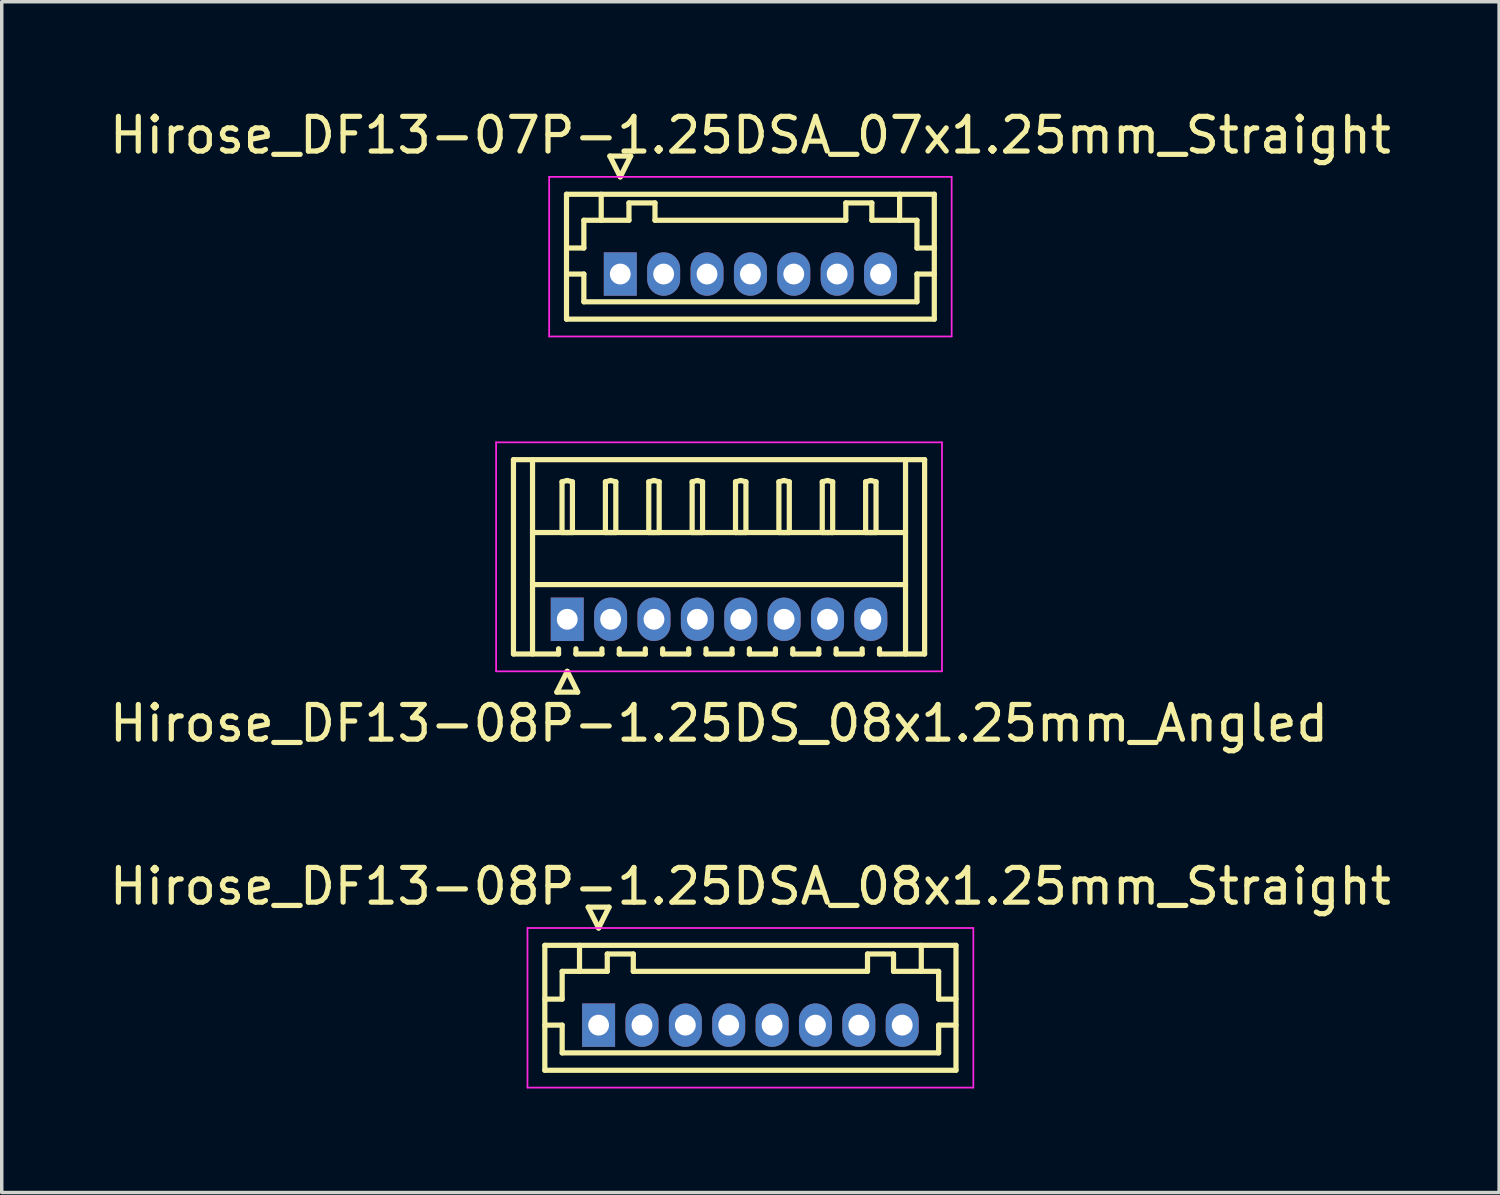
<source format=kicad_pcb>
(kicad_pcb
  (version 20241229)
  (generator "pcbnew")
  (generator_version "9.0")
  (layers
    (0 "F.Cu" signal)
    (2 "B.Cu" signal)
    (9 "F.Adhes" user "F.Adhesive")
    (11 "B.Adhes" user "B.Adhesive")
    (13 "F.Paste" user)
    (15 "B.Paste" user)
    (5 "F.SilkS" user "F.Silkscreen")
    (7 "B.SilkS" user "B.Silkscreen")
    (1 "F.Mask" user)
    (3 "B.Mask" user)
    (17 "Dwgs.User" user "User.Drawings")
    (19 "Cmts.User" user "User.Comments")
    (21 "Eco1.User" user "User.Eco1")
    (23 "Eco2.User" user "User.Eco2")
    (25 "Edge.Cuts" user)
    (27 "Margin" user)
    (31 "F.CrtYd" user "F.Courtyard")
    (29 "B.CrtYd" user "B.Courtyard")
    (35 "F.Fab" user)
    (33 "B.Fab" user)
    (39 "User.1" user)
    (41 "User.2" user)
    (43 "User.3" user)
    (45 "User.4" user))
  (footprint "Hirose_DF13-07P-1.25DSA_07x1.25mm_Straight"
    (layer "F.Cu")
    (at 14.827 4.848)
    (property "Reference" "Hirose_DF13-07P-1.25DSA_07x1.25mm_Straight" (at 3.75 -4 0) (layer "F.SilkS") (effects (font (size 1 1) (thickness 0.15))))
    (attr through_hole)
    (fp_line (start -1.55 -2.3) (end -1.55 1.3) (stroke (width 0.15) (type solid)) (layer "F.SilkS"))
    (fp_line (start -1.55 -0.75) (end -1.05 -0.75) (stroke (width 0.15) (type solid)) (layer "F.SilkS"))
    (fp_line (start -1.55 0) (end -1.05 0) (stroke (width 0.15) (type solid)) (layer "F.SilkS"))
    (fp_line (start -1.55 1.3) (end 9.05 1.3) (stroke (width 0.15) (type solid)) (layer "F.SilkS"))
    (fp_line (start -1.05 -1.55) (end -0.55 -1.55) (stroke (width 0.15) (type solid)) (layer "F.SilkS"))
    (fp_line (start -1.05 -0.75) (end -1.05 -1.55) (stroke (width 0.15) (type solid)) (layer "F.SilkS"))
    (fp_line (start -1.05 0) (end -1.05 0.8) (stroke (width 0.15) (type solid)) (layer "F.SilkS"))
    (fp_line (start -1.05 0.8) (end 8.55 0.8) (stroke (width 0.15) (type solid)) (layer "F.SilkS"))
    (fp_line (start -0.55 -1.55) (end -0.55 -2.3) (stroke (width 0.15) (type solid)) (layer "F.SilkS"))
    (fp_line (start -0.55 -1.55) (end 0.25 -1.55) (stroke (width 0.15) (type solid)) (layer "F.SilkS"))
    (fp_line (start -0.3 -3.4) (end 0.3 -3.4) (stroke (width 0.15) (type solid)) (layer "F.SilkS"))
    (fp_line (start 0 -2.8) (end -0.3 -3.4) (stroke (width 0.15) (type solid)) (layer "F.SilkS"))
    (fp_line (start 0.25 -2.05) (end 1 -2.05) (stroke (width 0.15) (type solid)) (layer "F.SilkS"))
    (fp_line (start 0.25 -1.55) (end 0.25 -2.05) (stroke (width 0.15) (type solid)) (layer "F.SilkS"))
    (fp_line (start 0.3 -3.4) (end 0 -2.8) (stroke (width 0.15) (type solid)) (layer "F.SilkS"))
    (fp_line (start 1 -2.05) (end 1 -1.55) (stroke (width 0.15) (type solid)) (layer "F.SilkS"))
    (fp_line (start 1 -1.55) (end 6.5 -1.55) (stroke (width 0.15) (type solid)) (layer "F.SilkS"))
    (fp_line (start 6.5 -2.05) (end 7.25 -2.05) (stroke (width 0.15) (type solid)) (layer "F.SilkS"))
    (fp_line (start 6.5 -1.55) (end 6.5 -2.05) (stroke (width 0.15) (type solid)) (layer "F.SilkS"))
    (fp_line (start 7.25 -2.05) (end 7.25 -1.55) (stroke (width 0.15) (type solid)) (layer "F.SilkS"))
    (fp_line (start 7.25 -1.55) (end 8.05 -1.55) (stroke (width 0.15) (type solid)) (layer "F.SilkS"))
    (fp_line (start 8.05 -1.55) (end 8.05 -2.3) (stroke (width 0.15) (type solid)) (layer "F.SilkS"))
    (fp_line (start 8.55 -1.55) (end 8.05 -1.55) (stroke (width 0.15) (type solid)) (layer "F.SilkS"))
    (fp_line (start 8.55 -0.75) (end 8.55 -1.55) (stroke (width 0.15) (type solid)) (layer "F.SilkS"))
    (fp_line (start 8.55 0) (end 9.05 0) (stroke (width 0.15) (type solid)) (layer "F.SilkS"))
    (fp_line (start 8.55 0.8) (end 8.55 0) (stroke (width 0.15) (type solid)) (layer "F.SilkS"))
    (fp_line (start 9.05 -2.3) (end -1.55 -2.3) (stroke (width 0.15) (type solid)) (layer "F.SilkS"))
    (fp_line (start 9.05 -0.75) (end 8.55 -0.75) (stroke (width 0.15) (type solid)) (layer "F.SilkS"))
    (fp_line (start 9.05 1.3) (end 9.05 -2.3) (stroke (width 0.15) (type solid)) (layer "F.SilkS"))
    (fp_line (start -2.05 -2.8) (end -2.05 1.8) (stroke (width 0.05) (type solid)) (layer "F.CrtYd"))
    (fp_line (start -2.05 1.8) (end 9.55 1.8) (stroke (width 0.05) (type solid)) (layer "F.CrtYd"))
    (fp_line (start 9.55 -2.8) (end -2.05 -2.8) (stroke (width 0.05) (type solid)) (layer "F.CrtYd"))
    (fp_line (start 9.55 1.8) (end 9.55 -2.8) (stroke (width 0.05) (type solid)) (layer "F.CrtYd"))
    (pad "1" thru_hole rect (at 0 0) (size 0.95 1.25) (drill 0.6) (layers "*.Cu" "*.Mask"))
    (pad "2" thru_hole oval (at 1.25 0) (size 0.95 1.25) (drill 0.6) (layers "*.Cu" "*.Mask"))
    (pad "3" thru_hole oval (at 2.5 0) (size 0.95 1.25) (drill 0.6) (layers "*.Cu" "*.Mask"))
    (pad "4" thru_hole oval (at 3.75 0) (size 0.95 1.25) (drill 0.6) (layers "*.Cu" "*.Mask"))
    (pad "5" thru_hole oval (at 5 0) (size 0.95 1.25) (drill 0.6) (layers "*.Cu" "*.Mask"))
    (pad "6" thru_hole oval (at 6.25 0) (size 0.95 1.25) (drill 0.6) (layers "*.Cu" "*.Mask"))
    (pad "7" thru_hole oval (at 7.5 0) (size 0.95 1.25) (drill 0.6) (layers "*.Cu" "*.Mask")))
  (footprint "Hirose_DF13-08P-1.25DSA_08x1.25mm_Straight"
    (layer "F.Cu")
    (at 14.202 26.495)
    (property "Reference" "Hirose_DF13-08P-1.25DSA_08x1.25mm_Straight" (at 4.375 -4 0) (layer "F.SilkS") (effects (font (size 1 1) (thickness 0.15))))
    (attr through_hole)
    (fp_line (start -1.55 -2.3) (end -1.55 1.3) (stroke (width 0.15) (type solid)) (layer "F.SilkS"))
    (fp_line (start -1.55 -0.75) (end -1.05 -0.75) (stroke (width 0.15) (type solid)) (layer "F.SilkS"))
    (fp_line (start -1.55 0) (end -1.05 0) (stroke (width 0.15) (type solid)) (layer "F.SilkS"))
    (fp_line (start -1.55 1.3) (end 10.3 1.3) (stroke (width 0.15) (type solid)) (layer "F.SilkS"))
    (fp_line (start -1.05 -1.55) (end -0.55 -1.55) (stroke (width 0.15) (type solid)) (layer "F.SilkS"))
    (fp_line (start -1.05 -0.75) (end -1.05 -1.55) (stroke (width 0.15) (type solid)) (layer "F.SilkS"))
    (fp_line (start -1.05 0) (end -1.05 0.8) (stroke (width 0.15) (type solid)) (layer "F.SilkS"))
    (fp_line (start -1.05 0.8) (end 9.8 0.8) (stroke (width 0.15) (type solid)) (layer "F.SilkS"))
    (fp_line (start -0.55 -1.55) (end -0.55 -2.3) (stroke (width 0.15) (type solid)) (layer "F.SilkS"))
    (fp_line (start -0.55 -1.55) (end 0.25 -1.55) (stroke (width 0.15) (type solid)) (layer "F.SilkS"))
    (fp_line (start -0.3 -3.4) (end 0.3 -3.4) (stroke (width 0.15) (type solid)) (layer "F.SilkS"))
    (fp_line (start 0 -2.8) (end -0.3 -3.4) (stroke (width 0.15) (type solid)) (layer "F.SilkS"))
    (fp_line (start 0.25 -2.05) (end 1 -2.05) (stroke (width 0.15) (type solid)) (layer "F.SilkS"))
    (fp_line (start 0.25 -1.55) (end 0.25 -2.05) (stroke (width 0.15) (type solid)) (layer "F.SilkS"))
    (fp_line (start 0.3 -3.4) (end 0 -2.8) (stroke (width 0.15) (type solid)) (layer "F.SilkS"))
    (fp_line (start 1 -2.05) (end 1 -1.55) (stroke (width 0.15) (type solid)) (layer "F.SilkS"))
    (fp_line (start 1 -1.55) (end 7.75 -1.55) (stroke (width 0.15) (type solid)) (layer "F.SilkS"))
    (fp_line (start 7.75 -2.05) (end 8.5 -2.05) (stroke (width 0.15) (type solid)) (layer "F.SilkS"))
    (fp_line (start 7.75 -1.55) (end 7.75 -2.05) (stroke (width 0.15) (type solid)) (layer "F.SilkS"))
    (fp_line (start 8.5 -2.05) (end 8.5 -1.55) (stroke (width 0.15) (type solid)) (layer "F.SilkS"))
    (fp_line (start 8.5 -1.55) (end 9.3 -1.55) (stroke (width 0.15) (type solid)) (layer "F.SilkS"))
    (fp_line (start 9.3 -1.55) (end 9.3 -2.3) (stroke (width 0.15) (type solid)) (layer "F.SilkS"))
    (fp_line (start 9.8 -1.55) (end 9.3 -1.55) (stroke (width 0.15) (type solid)) (layer "F.SilkS"))
    (fp_line (start 9.8 -0.75) (end 9.8 -1.55) (stroke (width 0.15) (type solid)) (layer "F.SilkS"))
    (fp_line (start 9.8 0) (end 10.3 0) (stroke (width 0.15) (type solid)) (layer "F.SilkS"))
    (fp_line (start 9.8 0.8) (end 9.8 0) (stroke (width 0.15) (type solid)) (layer "F.SilkS"))
    (fp_line (start 10.3 -2.3) (end -1.55 -2.3) (stroke (width 0.15) (type solid)) (layer "F.SilkS"))
    (fp_line (start 10.3 -0.75) (end 9.8 -0.75) (stroke (width 0.15) (type solid)) (layer "F.SilkS"))
    (fp_line (start 10.3 1.3) (end 10.3 -2.3) (stroke (width 0.15) (type solid)) (layer "F.SilkS"))
    (fp_line (start -2.05 -2.8) (end -2.05 1.8) (stroke (width 0.05) (type solid)) (layer "F.CrtYd"))
    (fp_line (start -2.05 1.8) (end 10.8 1.8) (stroke (width 0.05) (type solid)) (layer "F.CrtYd"))
    (fp_line (start 10.8 -2.8) (end -2.05 -2.8) (stroke (width 0.05) (type solid)) (layer "F.CrtYd"))
    (fp_line (start 10.8 1.8) (end 10.8 -2.8) (stroke (width 0.05) (type solid)) (layer "F.CrtYd"))
    (pad "1" thru_hole rect (at 0 0) (size 0.95 1.25) (drill 0.6) (layers "*.Cu" "*.Mask"))
    (pad "2" thru_hole oval (at 1.25 0) (size 0.95 1.25) (drill 0.6) (layers "*.Cu" "*.Mask"))
    (pad "3" thru_hole oval (at 2.5 0) (size 0.95 1.25) (drill 0.6) (layers "*.Cu" "*.Mask"))
    (pad "4" thru_hole oval (at 3.75 0) (size 0.95 1.25) (drill 0.6) (layers "*.Cu" "*.Mask"))
    (pad "5" thru_hole oval (at 5 0) (size 0.95 1.25) (drill 0.6) (layers "*.Cu" "*.Mask"))
    (pad "6" thru_hole oval (at 6.25 0) (size 0.95 1.25) (drill 0.6) (layers "*.Cu" "*.Mask"))
    (pad "7" thru_hole oval (at 7.5 0) (size 0.95 1.25) (drill 0.6) (layers "*.Cu" "*.Mask"))
    (pad "8" thru_hole oval (at 8.75 0) (size 0.95 1.25) (drill 0.6) (layers "*.Cu" "*.Mask")))
  (footprint "Hirose_DF13-08P-1.25DS_08x1.25mm_Angled"
    (layer "F.Cu")
    (at 13.298 14.798)
    (property "Reference" "Hirose_DF13-08P-1.25DS_08x1.25mm_Angled" (at 4.375 3 0) (layer "F.SilkS") (effects (font (size 1 1) (thickness 0.15))))
    (attr through_hole)
    (fp_line (start -1.55 -4.6) (end 10.3 -4.6) (stroke (width 0.15) (type solid)) (layer "F.SilkS"))
    (fp_line (start -1.55 1) (end -1.55 -4.6) (stroke (width 0.15) (type solid)) (layer "F.SilkS"))
    (fp_line (start -1 -4.6) (end -1 1) (stroke (width 0.15) (type solid)) (layer "F.SilkS"))
    (fp_line (start -1 -2.5) (end 9.75 -2.5) (stroke (width 0.15) (type solid)) (layer "F.SilkS"))
    (fp_line (start -1 -1) (end 9.75 -1) (stroke (width 0.15) (type solid)) (layer "F.SilkS"))
    (fp_line (start -0.3 2.1) (end 0.3 2.1) (stroke (width 0.15) (type solid)) (layer "F.SilkS"))
    (fp_line (start -0.25 0.85) (end -0.25 1) (stroke (width 0.15) (type solid)) (layer "F.SilkS"))
    (fp_line (start -0.25 1) (end -1.55 1) (stroke (width 0.15) (type solid)) (layer "F.SilkS"))
    (fp_line (start -0.15 -3.962) (end 0 -4) (stroke (width 0.15) (type solid)) (layer "F.SilkS"))
    (fp_line (start -0.15 -2.5) (end -0.15 -3.962) (stroke (width 0.15) (type solid)) (layer "F.SilkS"))
    (fp_line (start 0 -4) (end 0.15 -3.962) (stroke (width 0.15) (type solid)) (layer "F.SilkS"))
    (fp_line (start 0 -2.5) (end -0.15 -2.5) (stroke (width 0.15) (type solid)) (layer "F.SilkS"))
    (fp_line (start 0 1.5) (end -0.3 2.1) (stroke (width 0.15) (type solid)) (layer "F.SilkS"))
    (fp_line (start 0.15 -3.962) (end 0.15 -2.5) (stroke (width 0.15) (type solid)) (layer "F.SilkS"))
    (fp_line (start 0.15 -2.5) (end 0 -2.5) (stroke (width 0.15) (type solid)) (layer "F.SilkS"))
    (fp_line (start 0.25 0.85) (end 0.25 1) (stroke (width 0.15) (type solid)) (layer "F.SilkS"))
    (fp_line (start 0.25 1) (end 1 1) (stroke (width 0.15) (type solid)) (layer "F.SilkS"))
    (fp_line (start 0.3 2.1) (end 0 1.5) (stroke (width 0.15) (type solid)) (layer "F.SilkS"))
    (fp_line (start 1 1) (end 1 0.85) (stroke (width 0.15) (type solid)) (layer "F.SilkS"))
    (fp_line (start 1.1 -3.962) (end 1.25 -4) (stroke (width 0.15) (type solid)) (layer "F.SilkS"))
    (fp_line (start 1.1 -2.5) (end 1.1 -3.962) (stroke (width 0.15) (type solid)) (layer "F.SilkS"))
    (fp_line (start 1.25 -4) (end 1.4 -3.962) (stroke (width 0.15) (type solid)) (layer "F.SilkS"))
    (fp_line (start 1.25 -2.5) (end 1.1 -2.5) (stroke (width 0.15) (type solid)) (layer "F.SilkS"))
    (fp_line (start 1.4 -3.962) (end 1.4 -2.5) (stroke (width 0.15) (type solid)) (layer "F.SilkS"))
    (fp_line (start 1.4 -2.5) (end 1.25 -2.5) (stroke (width 0.15) (type solid)) (layer "F.SilkS"))
    (fp_line (start 1.5 0.85) (end 1.5 1) (stroke (width 0.15) (type solid)) (layer "F.SilkS"))
    (fp_line (start 1.5 1) (end 2.25 1) (stroke (width 0.15) (type solid)) (layer "F.SilkS"))
    (fp_line (start 2.25 1) (end 2.25 0.85) (stroke (width 0.15) (type solid)) (layer "F.SilkS"))
    (fp_line (start 2.35 -3.962) (end 2.5 -4) (stroke (width 0.15) (type solid)) (layer "F.SilkS"))
    (fp_line (start 2.35 -2.5) (end 2.35 -3.962) (stroke (width 0.15) (type solid)) (layer "F.SilkS"))
    (fp_line (start 2.5 -4) (end 2.65 -3.962) (stroke (width 0.15) (type solid)) (layer "F.SilkS"))
    (fp_line (start 2.5 -2.5) (end 2.35 -2.5) (stroke (width 0.15) (type solid)) (layer "F.SilkS"))
    (fp_line (start 2.65 -3.962) (end 2.65 -2.5) (stroke (width 0.15) (type solid)) (layer "F.SilkS"))
    (fp_line (start 2.65 -2.5) (end 2.5 -2.5) (stroke (width 0.15) (type solid)) (layer "F.SilkS"))
    (fp_line (start 2.75 0.85) (end 2.75 1) (stroke (width 0.15) (type solid)) (layer "F.SilkS"))
    (fp_line (start 2.75 1) (end 3.5 1) (stroke (width 0.15) (type solid)) (layer "F.SilkS"))
    (fp_line (start 3.5 1) (end 3.5 0.85) (stroke (width 0.15) (type solid)) (layer "F.SilkS"))
    (fp_line (start 3.6 -3.962) (end 3.75 -4) (stroke (width 0.15) (type solid)) (layer "F.SilkS"))
    (fp_line (start 3.6 -2.5) (end 3.6 -3.962) (stroke (width 0.15) (type solid)) (layer "F.SilkS"))
    (fp_line (start 3.75 -4) (end 3.9 -3.962) (stroke (width 0.15) (type solid)) (layer "F.SilkS"))
    (fp_line (start 3.75 -2.5) (end 3.6 -2.5) (stroke (width 0.15) (type solid)) (layer "F.SilkS"))
    (fp_line (start 3.9 -3.962) (end 3.9 -2.5) (stroke (width 0.15) (type solid)) (layer "F.SilkS"))
    (fp_line (start 3.9 -2.5) (end 3.75 -2.5) (stroke (width 0.15) (type solid)) (layer "F.SilkS"))
    (fp_line (start 4 0.85) (end 4 1) (stroke (width 0.15) (type solid)) (layer "F.SilkS"))
    (fp_line (start 4 1) (end 4.75 1) (stroke (width 0.15) (type solid)) (layer "F.SilkS"))
    (fp_line (start 4.75 1) (end 4.75 0.85) (stroke (width 0.15) (type solid)) (layer "F.SilkS"))
    (fp_line (start 4.85 -3.962) (end 5 -4) (stroke (width 0.15) (type solid)) (layer "F.SilkS"))
    (fp_line (start 4.85 -2.5) (end 4.85 -3.962) (stroke (width 0.15) (type solid)) (layer "F.SilkS"))
    (fp_line (start 5 -4) (end 5.15 -3.962) (stroke (width 0.15) (type solid)) (layer "F.SilkS"))
    (fp_line (start 5 -2.5) (end 4.85 -2.5) (stroke (width 0.15) (type solid)) (layer "F.SilkS"))
    (fp_line (start 5.15 -3.962) (end 5.15 -2.5) (stroke (width 0.15) (type solid)) (layer "F.SilkS"))
    (fp_line (start 5.15 -2.5) (end 5 -2.5) (stroke (width 0.15) (type solid)) (layer "F.SilkS"))
    (fp_line (start 5.25 0.85) (end 5.25 1) (stroke (width 0.15) (type solid)) (layer "F.SilkS"))
    (fp_line (start 5.25 1) (end 6 1) (stroke (width 0.15) (type solid)) (layer "F.SilkS"))
    (fp_line (start 6 1) (end 6 0.85) (stroke (width 0.15) (type solid)) (layer "F.SilkS"))
    (fp_line (start 6.1 -3.962) (end 6.25 -4) (stroke (width 0.15) (type solid)) (layer "F.SilkS"))
    (fp_line (start 6.1 -2.5) (end 6.1 -3.962) (stroke (width 0.15) (type solid)) (layer "F.SilkS"))
    (fp_line (start 6.25 -4) (end 6.4 -3.962) (stroke (width 0.15) (type solid)) (layer "F.SilkS"))
    (fp_line (start 6.25 -2.5) (end 6.1 -2.5) (stroke (width 0.15) (type solid)) (layer "F.SilkS"))
    (fp_line (start 6.4 -3.962) (end 6.4 -2.5) (stroke (width 0.15) (type solid)) (layer "F.SilkS"))
    (fp_line (start 6.4 -2.5) (end 6.25 -2.5) (stroke (width 0.15) (type solid)) (layer "F.SilkS"))
    (fp_line (start 6.5 0.85) (end 6.5 1) (stroke (width 0.15) (type solid)) (layer "F.SilkS"))
    (fp_line (start 6.5 1) (end 7.25 1) (stroke (width 0.15) (type solid)) (layer "F.SilkS"))
    (fp_line (start 7.25 1) (end 7.25 0.85) (stroke (width 0.15) (type solid)) (layer "F.SilkS"))
    (fp_line (start 7.35 -3.962) (end 7.5 -4) (stroke (width 0.15) (type solid)) (layer "F.SilkS"))
    (fp_line (start 7.35 -2.5) (end 7.35 -3.962) (stroke (width 0.15) (type solid)) (layer "F.SilkS"))
    (fp_line (start 7.5 -4) (end 7.65 -3.962) (stroke (width 0.15) (type solid)) (layer "F.SilkS"))
    (fp_line (start 7.5 -2.5) (end 7.35 -2.5) (stroke (width 0.15) (type solid)) (layer "F.SilkS"))
    (fp_line (start 7.65 -3.962) (end 7.65 -2.5) (stroke (width 0.15) (type solid)) (layer "F.SilkS"))
    (fp_line (start 7.65 -2.5) (end 7.5 -2.5) (stroke (width 0.15) (type solid)) (layer "F.SilkS"))
    (fp_line (start 7.75 0.85) (end 7.75 1) (stroke (width 0.15) (type solid)) (layer "F.SilkS"))
    (fp_line (start 7.75 1) (end 8.5 1) (stroke (width 0.15) (type solid)) (layer "F.SilkS"))
    (fp_line (start 8.5 1) (end 8.5 0.85) (stroke (width 0.15) (type solid)) (layer "F.SilkS"))
    (fp_line (start 8.6 -3.962) (end 8.75 -4) (stroke (width 0.15) (type solid)) (layer "F.SilkS"))
    (fp_line (start 8.6 -2.5) (end 8.6 -3.962) (stroke (width 0.15) (type solid)) (layer "F.SilkS"))
    (fp_line (start 8.75 -4) (end 8.9 -3.962) (stroke (width 0.15) (type solid)) (layer "F.SilkS"))
    (fp_line (start 8.75 -2.5) (end 8.6 -2.5) (stroke (width 0.15) (type solid)) (layer "F.SilkS"))
    (fp_line (start 8.9 -3.962) (end 8.9 -2.5) (stroke (width 0.15) (type solid)) (layer "F.SilkS"))
    (fp_line (start 8.9 -2.5) (end 8.75 -2.5) (stroke (width 0.15) (type solid)) (layer "F.SilkS"))
    (fp_line (start 9 1) (end 9 0.85) (stroke (width 0.15) (type solid)) (layer "F.SilkS"))
    (fp_line (start 9.75 -4.6) (end 9.75 1) (stroke (width 0.15) (type solid)) (layer "F.SilkS"))
    (fp_line (start 10.3 -4.6) (end 10.3 1) (stroke (width 0.15) (type solid)) (layer "F.SilkS"))
    (fp_line (start 10.3 1) (end 9 1) (stroke (width 0.15) (type solid)) (layer "F.SilkS"))
    (fp_line (start -2.05 -5.1) (end -2.05 1.5) (stroke (width 0.05) (type solid)) (layer "F.CrtYd"))
    (fp_line (start -2.05 1.5) (end 10.8 1.5) (stroke (width 0.05) (type solid)) (layer "F.CrtYd"))
    (fp_line (start 10.8 -5.1) (end -2.05 -5.1) (stroke (width 0.05) (type solid)) (layer "F.CrtYd"))
    (fp_line (start 10.8 1.5) (end 10.8 -5.1) (stroke (width 0.05) (type solid)) (layer "F.CrtYd"))
    (pad "1" thru_hole rect (at 0 0) (size 0.95 1.25) (drill 0.6) (layers "*.Cu" "*.Mask"))
    (pad "2" thru_hole oval (at 1.25 0) (size 0.95 1.25) (drill 0.6) (layers "*.Cu" "*.Mask"))
    (pad "3" thru_hole oval (at 2.5 0) (size 0.95 1.25) (drill 0.6) (layers "*.Cu" "*.Mask"))
    (pad "4" thru_hole oval (at 3.75 0) (size 0.95 1.25) (drill 0.6) (layers "*.Cu" "*.Mask"))
    (pad "5" thru_hole oval (at 5 0) (size 0.95 1.25) (drill 0.6) (layers "*.Cu" "*.Mask"))
    (pad "6" thru_hole oval (at 6.25 0) (size 0.95 1.25) (drill 0.6) (layers "*.Cu" "*.Mask"))
    (pad "7" thru_hole oval (at 7.5 0) (size 0.95 1.25) (drill 0.6) (layers "*.Cu" "*.Mask"))
    (pad "8" thru_hole oval (at 8.75 0) (size 0.95 1.25) (drill 0.6) (layers "*.Cu" "*.Mask")))
  (gr_rect
    (start -3 -3)
    (end 40.155 31.32)
    (stroke (width 0.1) (type default))
    (fill no)
    (layer "Edge.Cuts")))
</source>
